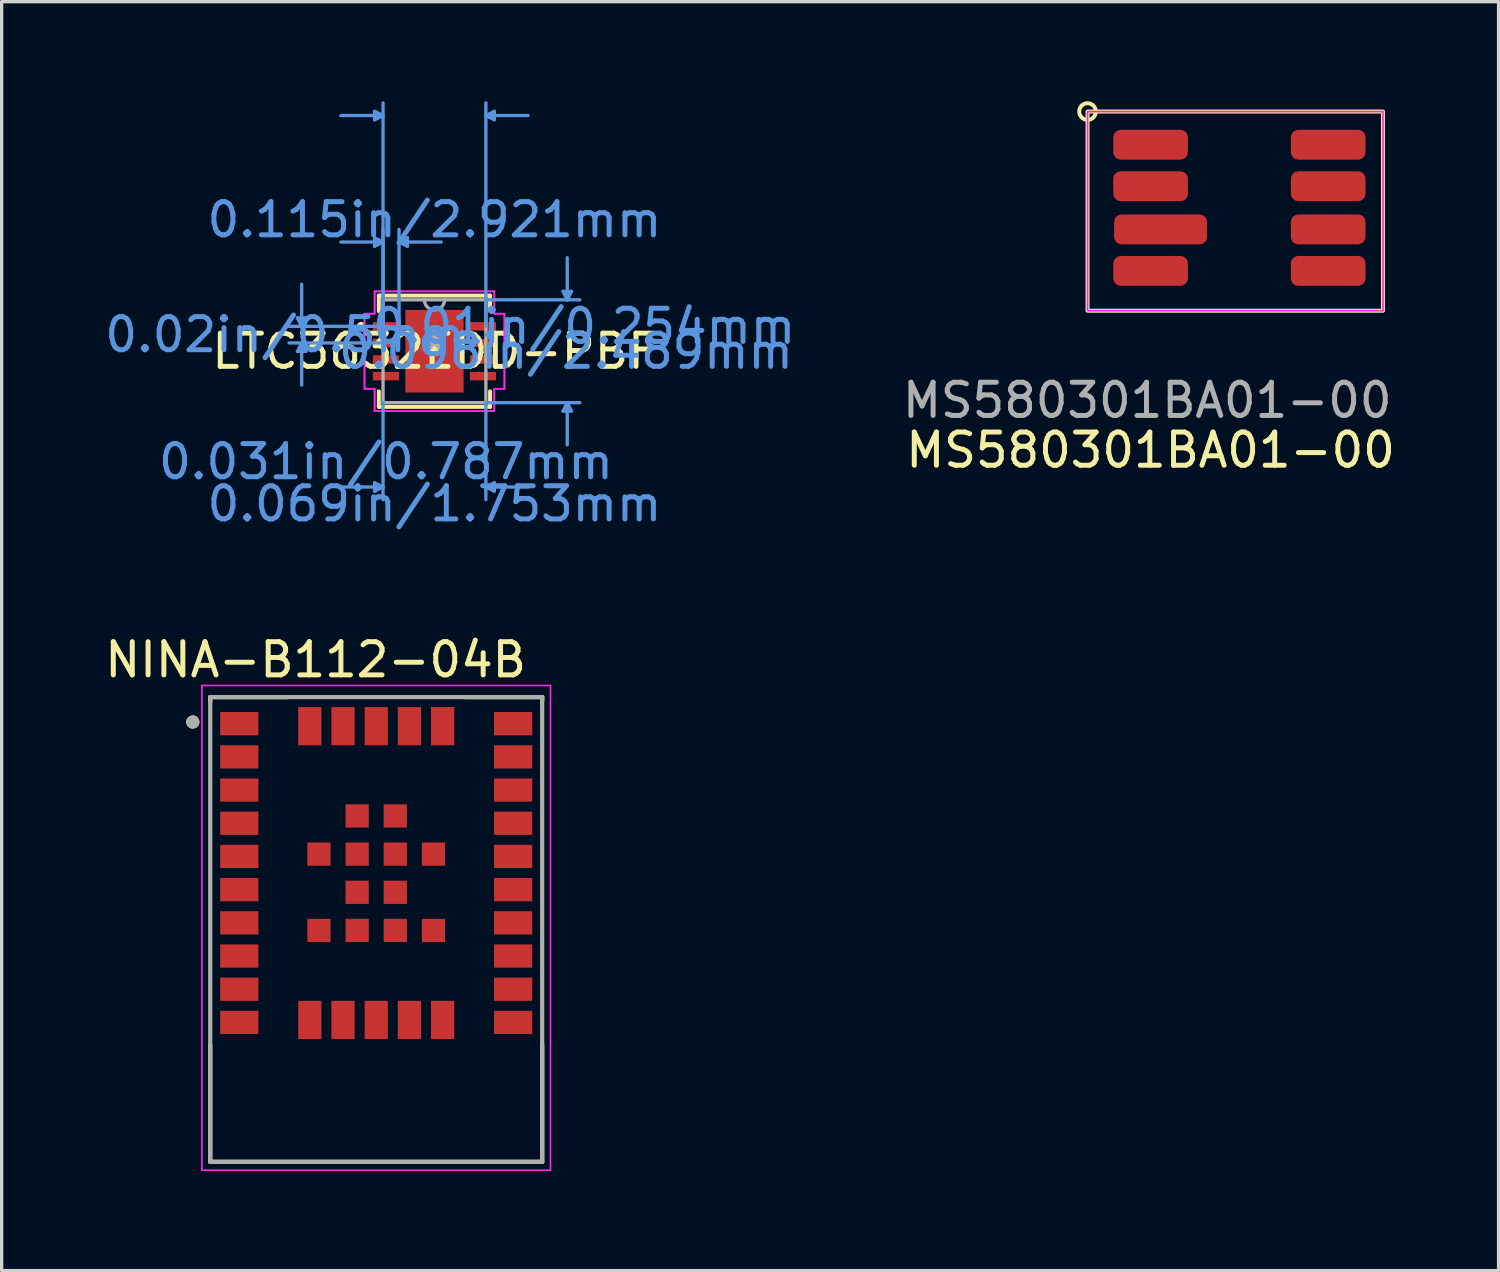
<source format=kicad_pcb>
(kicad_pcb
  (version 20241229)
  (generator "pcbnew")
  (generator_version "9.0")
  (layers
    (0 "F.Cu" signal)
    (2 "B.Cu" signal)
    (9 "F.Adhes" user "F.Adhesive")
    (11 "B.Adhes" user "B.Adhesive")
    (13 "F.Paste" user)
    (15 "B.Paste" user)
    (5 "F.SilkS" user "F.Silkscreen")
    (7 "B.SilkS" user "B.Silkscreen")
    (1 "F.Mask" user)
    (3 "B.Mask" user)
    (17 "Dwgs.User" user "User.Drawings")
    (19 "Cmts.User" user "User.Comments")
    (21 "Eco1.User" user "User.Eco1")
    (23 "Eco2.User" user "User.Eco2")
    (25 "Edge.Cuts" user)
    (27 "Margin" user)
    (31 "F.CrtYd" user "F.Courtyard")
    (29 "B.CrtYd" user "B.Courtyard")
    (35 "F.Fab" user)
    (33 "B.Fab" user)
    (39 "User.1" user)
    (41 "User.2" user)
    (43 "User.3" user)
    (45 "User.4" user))
  (footprint "NINA-B112-04B"
    (layer "F.Cu")
    (at 8.283 24.95)
    (property "Reference" "NINA-B112-04B" (at -1.825 -8.125 0) (layer "F.SilkS") (effects (font (size 1 1) (thickness 0.15))))
    (attr smd)
    (fp_line (start -5 -7) (end -5 -6.87) (stroke (width 0.127) (type solid)) (layer "F.SilkS"))
    (fp_line (start -5 3.47) (end -5 7) (stroke (width 0.127) (type solid)) (layer "F.SilkS"))
    (fp_line (start -5 7) (end 5 7) (stroke (width 0.127) (type solid)) (layer "F.SilkS"))
    (fp_line (start -2.67 -7) (end -5 -7) (stroke (width 0.127) (type solid)) (layer "F.SilkS"))
    (fp_line (start 5 -7) (end 2.67 -7) (stroke (width 0.127) (type solid)) (layer "F.SilkS"))
    (fp_line (start 5 -6.87) (end 5 -7) (stroke (width 0.127) (type solid)) (layer "F.SilkS"))
    (fp_line (start 5 7) (end 5 3.47) (stroke (width 0.127) (type solid)) (layer "F.SilkS"))
    (fp_circle (center -5.525 -6.25) (end -5.425 -6.25) (stroke (width 0.2) (type solid)) (fill no) (layer "F.SilkS"))
    (fp_line (start -5.25 -7.35) (end -5.25 7.25) (stroke (width 0.05) (type solid)) (layer "F.CrtYd"))
    (fp_line (start -5.25 7.25) (end 5.25 7.25) (stroke (width 0.05) (type solid)) (layer "F.CrtYd"))
    (fp_line (start 5.25 -7.35) (end -5.25 -7.35) (stroke (width 0.05) (type solid)) (layer "F.CrtYd"))
    (fp_line (start 5.25 7.25) (end 5.25 -7.35) (stroke (width 0.05) (type solid)) (layer "F.CrtYd"))
    (fp_line (start -5 -7) (end -5 7) (stroke (width 0.127) (type solid)) (layer "F.Fab"))
    (fp_line (start -5 7) (end 5 7) (stroke (width 0.127) (type solid)) (layer "F.Fab"))
    (fp_line (start 5 -7) (end -5 -7) (stroke (width 0.127) (type solid)) (layer "F.Fab"))
    (fp_line (start 5 7) (end 5 -7) (stroke (width 0.127) (type solid)) (layer "F.Fab"))
    (fp_circle (center -5.525 -6.25) (end -5.425 -6.25) (stroke (width 0.2) (type solid)) (fill no) (layer "F.Fab"))
    (pad "1" smd rect (at -4.125 -6.2) (size 1.15 0.7) (layers "F.Cu" "F.Mask" "F.Paste"))
    (pad "2" smd rect (at -4.125 -5.2) (size 1.15 0.7) (layers "F.Cu" "F.Mask" "F.Paste"))
    (pad "3" smd rect (at -4.125 -4.2) (size 1.15 0.7) (layers "F.Cu" "F.Mask" "F.Paste"))
    (pad "4" smd rect (at -4.125 -3.2) (size 1.15 0.7) (layers "F.Cu" "F.Mask" "F.Paste"))
    (pad "5" smd rect (at -4.125 -2.2) (size 1.15 0.7) (layers "F.Cu" "F.Mask" "F.Paste"))
    (pad "6" smd rect (at -4.125 -1.2) (size 1.15 0.7) (layers "F.Cu" "F.Mask" "F.Paste"))
    (pad "7" smd rect (at -4.125 -0.2) (size 1.15 0.7) (layers "F.Cu" "F.Mask" "F.Paste"))
    (pad "8" smd rect (at -4.125 0.8) (size 1.15 0.7) (layers "F.Cu" "F.Mask" "F.Paste"))
    (pad "9" smd rect (at -4.125 1.8) (size 1.15 0.7) (layers "F.Cu" "F.Mask" "F.Paste"))
    (pad "10" smd rect (at -4.125 2.8) (size 1.15 0.7) (layers "F.Cu" "F.Mask" "F.Paste"))
    (pad "11" smd rect (at -2 2.725) (size 0.7 1.15) (layers "F.Cu" "F.Mask" "F.Paste"))
    (pad "12" smd rect (at -1 2.725) (size 0.7 1.15) (layers "F.Cu" "F.Mask" "F.Paste"))
    (pad "13" smd rect (at 0 2.725) (size 0.7 1.15) (layers "F.Cu" "F.Mask" "F.Paste"))
    (pad "14" smd rect (at 1 2.725) (size 0.7 1.15) (layers "F.Cu" "F.Mask" "F.Paste"))
    (pad "15" smd rect (at 2 2.725) (size 0.7 1.15) (layers "F.Cu" "F.Mask" "F.Paste"))
    (pad "16" smd rect (at 4.125 2.8) (size 1.15 0.7) (layers "F.Cu" "F.Mask" "F.Paste"))
    (pad "17" smd rect (at 4.125 1.8) (size 1.15 0.7) (layers "F.Cu" "F.Mask" "F.Paste"))
    (pad "18" smd rect (at 4.125 0.8) (size 1.15 0.7) (layers "F.Cu" "F.Mask" "F.Paste"))
    (pad "19" smd rect (at 4.125 -0.2) (size 1.15 0.7) (layers "F.Cu" "F.Mask" "F.Paste"))
    (pad "20" smd rect (at 4.125 -1.2) (size 1.15 0.7) (layers "F.Cu" "F.Mask" "F.Paste"))
    (pad "21" smd rect (at 4.125 -2.2) (size 1.15 0.7) (layers "F.Cu" "F.Mask" "F.Paste"))
    (pad "22" smd rect (at 4.125 -3.2) (size 1.15 0.7) (layers "F.Cu" "F.Mask" "F.Paste"))
    (pad "23" smd rect (at 4.125 -4.2) (size 1.15 0.7) (layers "F.Cu" "F.Mask" "F.Paste"))
    (pad "24" smd rect (at 4.125 -5.2) (size 1.15 0.7) (layers "F.Cu" "F.Mask" "F.Paste"))
    (pad "25" smd rect (at 4.125 -6.2) (size 1.15 0.7) (layers "F.Cu" "F.Mask" "F.Paste"))
    (pad "26" smd rect (at 2 -6.125) (size 0.7 1.15) (layers "F.Cu" "F.Mask" "F.Paste"))
    (pad "27" smd rect (at 1 -6.125) (size 0.7 1.15) (layers "F.Cu" "F.Mask" "F.Paste"))
    (pad "28" smd rect (at 0 -6.125) (size 0.7 1.15) (layers "F.Cu" "F.Mask" "F.Paste"))
    (pad "29" smd rect (at -1 -6.125) (size 0.7 1.15) (layers "F.Cu" "F.Mask" "F.Paste"))
    (pad "30" smd rect (at -2 -6.125) (size 0.7 1.15) (layers "F.Cu" "F.Mask" "F.Paste"))
    (pad "31" smd rect (at -0.575 -3.42) (size 0.7 0.7) (layers "F.Cu" "F.Mask" "F.Paste"))
    (pad "32" smd rect (at 0.575 -3.42) (size 0.7 0.7) (layers "F.Cu" "F.Mask" "F.Paste"))
    (pad "33" smd rect (at -1.725 -2.27) (size 0.7 0.7) (layers "F.Cu" "F.Mask" "F.Paste"))
    (pad "34" smd rect (at -0.575 -2.27) (size 0.7 0.7) (layers "F.Cu" "F.Mask" "F.Paste"))
    (pad "35" smd rect (at 0.575 -2.27) (size 0.7 0.7) (layers "F.Cu" "F.Mask" "F.Paste"))
    (pad "36" smd rect (at 1.725 -2.27) (size 0.7 0.7) (layers "F.Cu" "F.Mask" "F.Paste"))
    (pad "37" smd rect (at -0.575 -1.12) (size 0.7 0.7) (layers "F.Cu" "F.Mask" "F.Paste"))
    (pad "38" smd rect (at 0.575 -1.12) (size 0.7 0.7) (layers "F.Cu" "F.Mask" "F.Paste"))
    (pad "39" smd rect (at -1.725 0.03) (size 0.7 0.7) (layers "F.Cu" "F.Mask" "F.Paste"))
    (pad "40" smd rect (at -0.575 0.03) (size 0.7 0.7) (layers "F.Cu" "F.Mask" "F.Paste"))
    (pad "41" smd rect (at 0.575 0.03) (size 0.7 0.7) (layers "F.Cu" "F.Mask" "F.Paste"))
    (pad "42" smd rect (at 1.725 0.03) (size 0.7 0.7) (layers "F.Cu" "F.Mask" "F.Paste"))
    (zone (net_name "") (layer "F.Cu") (hatch full 0.508) (connect_pads) (min_thickness 0.01) (filled_areas_thickness no) (keepout (tracks not_allowed) (vias not_allowed) (pads not_allowed) (copperpour not_allowed) (footprints allowed)) (placement (enabled no)) (fill) (polygon (pts (xy 3.283 28.55) (xy 13.283 28.55) (xy 13.283 31.95) (xy 3.283 31.95))))
    (zone (net_name "") (layers "F.Cu" "B.Cu") (hatch full 0.508) (connect_pads) (min_thickness 0.01) (filled_areas_thickness no) (keepout (tracks allowed) (vias not_allowed) (pads allowed) (copperpour allowed) (footprints allowed)) (placement (enabled no)) (fill) (polygon (pts (xy 3.283 28.55) (xy 13.283 28.55) (xy 13.283 31.95) (xy 3.283 31.95))))
    (zone (net_name "") (layer "B.Cu") (hatch full 0.508) (connect_pads) (min_thickness 0.01) (filled_areas_thickness no) (keepout (tracks not_allowed) (vias not_allowed) (pads not_allowed) (copperpour not_allowed) (footprints allowed)) (placement (enabled no)) (fill) (polygon (pts (xy 3.283 28.55) (xy 13.283 28.55) (xy 13.283 31.95) (xy 3.283 31.95)))))
  (footprint "MS580301BA01-00"
    (layer "F.Cu")
    (at 31.611 1.31)
    (property "Reference" "MS580301BA01-00" (at 0 9.2 0) (unlocked yes) (layer "F.SilkS") (effects (font (size 1 1) (thickness 0.15))))
    (attr smd)
    (fp_rect (start -1.9 -1) (end 7 5) (stroke (width 0.12) (type solid)) (fill no) (layer "F.SilkS"))
    (fp_circle (center -1.9 -1) (end -1.65 -1) (stroke (width 0.12) (type solid)) (fill no) (layer "F.SilkS"))
    (fp_rect (start -1.9 -1) (end 7 5) (stroke (width 0.05) (type solid)) (fill no) (layer "F.CrtYd"))
    (fp_text user "${REFERENCE}" (at -0.1 7.7 0) (unlocked yes) (layer "F.Fab") (effects (font (size 1 1) (thickness 0.15))))
    (pad "1" smd roundrect (at 0 0) (size 2.25 0.9) (layers "F.Cu" "F.Mask" "F.Paste") (roundrect_rratio 0.25))
    (pad "2" smd roundrect (at 0 1.25) (size 2.25 0.9) (layers "F.Cu" "F.Mask" "F.Paste") (roundrect_rratio 0.25))
    (pad "3" smd roundrect (at 0.3 2.55) (size 2.8 0.9) (layers "F.Cu" "F.Mask" "F.Paste") (roundrect_rratio 0.25))
    (pad "4" smd roundrect (at 0 3.8) (size 2.25 0.9) (layers "F.Cu" "F.Mask" "F.Paste") (roundrect_rratio 0.25))
    (pad "5" smd roundrect (at 5.35 3.8) (size 2.25 0.9) (layers "F.Cu" "F.Mask" "F.Paste") (roundrect_rratio 0.25))
    (pad "6" smd roundrect (at 5.35 2.55) (size 2.25 0.9) (layers "F.Cu" "F.Mask" "F.Paste") (roundrect_rratio 0.25))
    (pad "7" smd roundrect (at 5.35 1.25) (size 2.25 0.9) (layers "F.Cu" "F.Mask" "F.Paste") (roundrect_rratio 0.25))
    (pad "8" smd roundrect (at 5.35 0) (size 2.25 0.9) (layers "F.Cu" "F.Mask" "F.Paste") (roundrect_rratio 0.25)))
  (footprint "LTC3632EDD-PBF"
    (layer "F.Cu")
    (at 10.038 7.531)
    (property "Reference" "LTC3632EDD-PBF" (at 0 0 0) (layer "F.SilkS") (effects (font (size 1 1) (thickness 0.15))))
    (attr through_hole)
    (fp_line (start -1.676 -1.676) (end -1.676 -1.21) (stroke (width 0.12) (type solid)) (layer "F.SilkS"))
    (fp_line (start -1.676 1.21) (end -1.676 1.676) (stroke (width 0.12) (type solid)) (layer "F.SilkS"))
    (fp_line (start -1.676 1.676) (end 1.676 1.676) (stroke (width 0.12) (type solid)) (layer "F.SilkS"))
    (fp_line (start 1.676 -1.676) (end -1.676 -1.676) (stroke (width 0.12) (type solid)) (layer "F.SilkS"))
    (fp_line (start 1.676 -1.21) (end 1.676 -1.676) (stroke (width 0.12) (type solid)) (layer "F.SilkS"))
    (fp_line (start 1.676 1.676) (end 1.676 1.21) (stroke (width 0.12) (type solid)) (layer "F.SilkS"))
    (fp_arc (start -2.18694 -0.676171) (mid -2.282 -0.75) (end -2.18694 -0.823829) (stroke (width 0.12) (type solid)) (layer "F.SilkS"))
    (fp_line (start -4.128 -1.004) (end -3.873 -1.004) (stroke (width 0.1) (type solid)) (layer "Cmts.User"))
    (fp_line (start -4.128 0.004) (end -3.873 0.004) (stroke (width 0.1) (type solid)) (layer "Cmts.User"))
    (fp_line (start -4 -0.75) (end -4.128 -1.004) (stroke (width 0.1) (type solid)) (layer "Cmts.User"))
    (fp_line (start -4 -0.75) (end -4 -2.02) (stroke (width 0.1) (type solid)) (layer "Cmts.User"))
    (fp_line (start -4 -0.75) (end -3.873 -1.004) (stroke (width 0.1) (type solid)) (layer "Cmts.User"))
    (fp_line (start -4 -0.25) (end -4.128 0.004) (stroke (width 0.1) (type solid)) (layer "Cmts.User"))
    (fp_line (start -4 -0.25) (end -4 1.02) (stroke (width 0.1) (type solid)) (layer "Cmts.User"))
    (fp_line (start -4 -0.25) (end -3.873 0.004) (stroke (width 0.1) (type solid)) (layer "Cmts.User"))
    (fp_line (start -1.803 -7.227) (end -1.803 -6.973) (stroke (width 0.1) (type solid)) (layer "Cmts.User"))
    (fp_line (start -1.803 -3.417) (end -1.803 -3.163) (stroke (width 0.1) (type solid)) (layer "Cmts.User"))
    (fp_line (start -1.803 3.962) (end -1.803 4.216) (stroke (width 0.1) (type solid)) (layer "Cmts.User"))
    (fp_line (start -1.549 -7.1) (end -2.819 -7.1) (stroke (width 0.1) (type solid)) (layer "Cmts.User"))
    (fp_line (start -1.549 -7.1) (end -1.803 -7.227) (stroke (width 0.1) (type solid)) (layer "Cmts.User"))
    (fp_line (start -1.549 -7.1) (end -1.803 -6.973) (stroke (width 0.1) (type solid)) (layer "Cmts.User"))
    (fp_line (start -1.549 -3.29) (end -2.819 -3.29) (stroke (width 0.1) (type solid)) (layer "Cmts.User"))
    (fp_line (start -1.549 -3.29) (end -1.803 -3.417) (stroke (width 0.1) (type solid)) (layer "Cmts.User"))
    (fp_line (start -1.549 -3.29) (end -1.803 -3.163) (stroke (width 0.1) (type solid)) (layer "Cmts.User"))
    (fp_line (start -1.549 -0.75) (end -1.549 -7.481) (stroke (width 0.1) (type solid)) (layer "Cmts.User"))
    (fp_line (start -1.549 -0.75) (end -1.549 -3.671) (stroke (width 0.1) (type solid)) (layer "Cmts.User"))
    (fp_line (start -1.549 1.549) (end -1.549 4.47) (stroke (width 0.1) (type solid)) (layer "Cmts.User"))
    (fp_line (start -1.549 4.089) (end -2.819 4.089) (stroke (width 0.1) (type solid)) (layer "Cmts.User"))
    (fp_line (start -1.549 4.089) (end -1.803 3.962) (stroke (width 0.1) (type solid)) (layer "Cmts.User"))
    (fp_line (start -1.549 4.089) (end -1.803 4.216) (stroke (width 0.1) (type solid)) (layer "Cmts.User"))
    (fp_line (start -1.46 -0.75) (end -4.381 -0.75) (stroke (width 0.1) (type solid)) (layer "Cmts.User"))
    (fp_line (start -1.46 -0.25) (end -4.381 -0.25) (stroke (width 0.1) (type solid)) (layer "Cmts.User"))
    (fp_line (start -1.067 -3.29) (end -0.813 -3.417) (stroke (width 0.1) (type solid)) (layer "Cmts.User"))
    (fp_line (start -1.067 -3.29) (end -0.813 -3.163) (stroke (width 0.1) (type solid)) (layer "Cmts.User"))
    (fp_line (start -1.067 -3.29) (end 0.203 -3.29) (stroke (width 0.1) (type solid)) (layer "Cmts.User"))
    (fp_line (start -1.067 -0.75) (end -1.067 -3.671) (stroke (width 0.1) (type solid)) (layer "Cmts.User"))
    (fp_line (start -0.813 -3.417) (end -0.813 -3.163) (stroke (width 0.1) (type solid)) (layer "Cmts.User"))
    (fp_line (start 1.549 -7.1) (end 1.803 -7.227) (stroke (width 0.1) (type solid)) (layer "Cmts.User"))
    (fp_line (start 1.549 -7.1) (end 1.803 -6.973) (stroke (width 0.1) (type solid)) (layer "Cmts.User"))
    (fp_line (start 1.549 -7.1) (end 2.819 -7.1) (stroke (width 0.1) (type solid)) (layer "Cmts.User"))
    (fp_line (start 1.549 -1.549) (end 4.381 -1.549) (stroke (width 0.1) (type solid)) (layer "Cmts.User"))
    (fp_line (start 1.549 -0.75) (end 1.549 -7.481) (stroke (width 0.1) (type solid)) (layer "Cmts.User"))
    (fp_line (start 1.549 1.549) (end 1.549 4.47) (stroke (width 0.1) (type solid)) (layer "Cmts.User"))
    (fp_line (start 1.549 1.549) (end 4.381 1.549) (stroke (width 0.1) (type solid)) (layer "Cmts.User"))
    (fp_line (start 1.549 4.089) (end 1.803 3.962) (stroke (width 0.1) (type solid)) (layer "Cmts.User"))
    (fp_line (start 1.549 4.089) (end 1.803 4.216) (stroke (width 0.1) (type solid)) (layer "Cmts.User"))
    (fp_line (start 1.549 4.089) (end 2.819 4.089) (stroke (width 0.1) (type solid)) (layer "Cmts.User"))
    (fp_line (start 1.803 -7.227) (end 1.803 -6.973) (stroke (width 0.1) (type solid)) (layer "Cmts.User"))
    (fp_line (start 1.803 3.962) (end 1.803 4.216) (stroke (width 0.1) (type solid)) (layer "Cmts.User"))
    (fp_line (start 3.873 -1.803) (end 4.128 -1.803) (stroke (width 0.1) (type solid)) (layer "Cmts.User"))
    (fp_line (start 3.873 1.803) (end 4.128 1.803) (stroke (width 0.1) (type solid)) (layer "Cmts.User"))
    (fp_line (start 4 -1.549) (end 3.873 -1.803) (stroke (width 0.1) (type solid)) (layer "Cmts.User"))
    (fp_line (start 4 -1.549) (end 4 -2.819) (stroke (width 0.1) (type solid)) (layer "Cmts.User"))
    (fp_line (start 4 -1.549) (end 4.128 -1.803) (stroke (width 0.1) (type solid)) (layer "Cmts.User"))
    (fp_line (start 4 1.549) (end 3.873 1.803) (stroke (width 0.1) (type solid)) (layer "Cmts.User"))
    (fp_line (start 4 1.549) (end 4 2.819) (stroke (width 0.1) (type solid)) (layer "Cmts.User"))
    (fp_line (start 4 1.549) (end 4.128 1.803) (stroke (width 0.1) (type solid)) (layer "Cmts.User"))
    (fp_line (start -2.108 -1.131) (end -1.803 -1.131) (stroke (width 0.05) (type solid)) (layer "F.CrtYd"))
    (fp_line (start -2.108 -1.131) (end -1.803 -1.131) (stroke (width 0.05) (type solid)) (layer "F.CrtYd"))
    (fp_line (start -2.108 1.131) (end -2.108 -1.131) (stroke (width 0.05) (type solid)) (layer "F.CrtYd"))
    (fp_line (start -2.108 1.131) (end -2.108 -1.131) (stroke (width 0.05) (type solid)) (layer "F.CrtYd"))
    (fp_line (start -2.108 1.131) (end -1.803 1.131) (stroke (width 0.05) (type solid)) (layer "F.CrtYd"))
    (fp_line (start -1.803 -1.803) (end 1.803 -1.803) (stroke (width 0.05) (type solid)) (layer "F.CrtYd"))
    (fp_line (start -1.803 -1.803) (end 1.803 -1.803) (stroke (width 0.05) (type solid)) (layer "F.CrtYd"))
    (fp_line (start -1.803 -1.131) (end -1.803 -1.803) (stroke (width 0.05) (type solid)) (layer "F.CrtYd"))
    (fp_line (start -1.803 -1.131) (end -1.803 -1.803) (stroke (width 0.05) (type solid)) (layer "F.CrtYd"))
    (fp_line (start -1.803 1.131) (end -2.108 1.131) (stroke (width 0.05) (type solid)) (layer "F.CrtYd"))
    (fp_line (start -1.803 1.803) (end -1.803 1.131) (stroke (width 0.05) (type solid)) (layer "F.CrtYd"))
    (fp_line (start -1.803 1.803) (end -1.803 1.131) (stroke (width 0.05) (type solid)) (layer "F.CrtYd"))
    (fp_line (start 1.803 -1.803) (end 1.803 -1.131) (stroke (width 0.05) (type solid)) (layer "F.CrtYd"))
    (fp_line (start 1.803 -1.803) (end 1.803 -1.131) (stroke (width 0.05) (type solid)) (layer "F.CrtYd"))
    (fp_line (start 1.803 -1.131) (end 2.108 -1.131) (stroke (width 0.05) (type solid)) (layer "F.CrtYd"))
    (fp_line (start 1.803 1.131) (end 1.803 1.803) (stroke (width 0.05) (type solid)) (layer "F.CrtYd"))
    (fp_line (start 1.803 1.131) (end 1.803 1.803) (stroke (width 0.05) (type solid)) (layer "F.CrtYd"))
    (fp_line (start 1.803 1.803) (end -1.803 1.803) (stroke (width 0.05) (type solid)) (layer "F.CrtYd"))
    (fp_line (start 1.803 1.803) (end -1.803 1.803) (stroke (width 0.05) (type solid)) (layer "F.CrtYd"))
    (fp_line (start 2.108 -1.131) (end 1.803 -1.131) (stroke (width 0.05) (type solid)) (layer "F.CrtYd"))
    (fp_line (start 2.108 -1.131) (end 2.108 1.131) (stroke (width 0.05) (type solid)) (layer "F.CrtYd"))
    (fp_line (start 2.108 -1.131) (end 2.108 1.131) (stroke (width 0.05) (type solid)) (layer "F.CrtYd"))
    (fp_line (start 2.108 1.131) (end 1.803 1.131) (stroke (width 0.05) (type solid)) (layer "F.CrtYd"))
    (fp_line (start 2.108 1.131) (end 1.803 1.131) (stroke (width 0.05) (type solid)) (layer "F.CrtYd"))
    (fp_line (start -1.549 -1.549) (end -1.549 1.549) (stroke (width 0.1) (type solid)) (layer "F.Fab"))
    (fp_line (start -1.549 1.549) (end 1.549 1.549) (stroke (width 0.1) (type solid)) (layer "F.Fab"))
    (fp_line (start 1.549 -1.549) (end -1.549 -1.549) (stroke (width 0.1) (type solid)) (layer "F.Fab"))
    (fp_line (start 1.549 1.549) (end 1.549 -1.549) (stroke (width 0.1) (type solid)) (layer "F.Fab"))
    (fp_arc (start 0.3048 -1.5494) (mid 0 -1.2446) (end -0.3048 -1.5494) (stroke (width 0.1) (type solid)) (layer "F.Fab"))
    (fp_text user "*" (at 0 0 0) (layer "F.SilkS") (effects (font (size 1 1) (thickness 0.15))))
    (fp_text user "0.02in/0.5mm" (at -4.508 -0.5 0) (layer "Cmts.User") (effects (font (size 1 1) (thickness 0.15))))
    (fp_text user "0.098in/2.489mm" (at 3.962 0 0) (layer "Cmts.User") (effects (font (size 1 1) (thickness 0.15))))
    (fp_text user "0.069in/1.753mm" (at 0 4.597 0) (layer "Cmts.User") (effects (font (size 1 1) (thickness 0.15))))
    (fp_text user "0.01in/0.254mm" (at 4.508 -0.75 0) (layer "Cmts.User") (effects (font (size 1 1) (thickness 0.15))))
    (fp_text user "Copyright 2021 Accelerated Designs. All rights reserved." (at 0 0 0) (layer "Cmts.User") (effects (font (size 0.127 0.127) (thickness 0.002))))
    (fp_text user "0.115in/2.921mm" (at 0 -3.962 0) (layer "Cmts.User") (effects (font (size 1 1) (thickness 0.15))))
    (fp_text user "0.031in/0.787mm" (at -1.46 3.327 0) (layer "Cmts.User") (effects (font (size 1 1) (thickness 0.15))))
    (fp_text user "*" (at 0 0 0) (layer "F.Fab") (effects (font (size 1 1) (thickness 0.15))))
    (pad "1" smd rect (at -1.46 -0.75) (size 0.787 0.254) (layers "F.Cu" "F.Mask" "F.Paste"))
    (pad "2" smd rect (at -1.46 -0.25) (size 0.787 0.254) (layers "F.Cu" "F.Mask" "F.Paste"))
    (pad "3" smd rect (at -1.46 0.25) (size 0.787 0.254) (layers "F.Cu" "F.Mask" "F.Paste"))
    (pad "4" smd rect (at -1.46 0.75) (size 0.787 0.254) (layers "F.Cu" "F.Mask" "F.Paste"))
    (pad "5" smd rect (at 1.46 0.75) (size 0.787 0.254) (layers "F.Cu" "F.Mask" "F.Paste"))
    (pad "6" smd rect (at 1.46 0.25) (size 0.787 0.254) (layers "F.Cu" "F.Mask" "F.Paste"))
    (pad "7" smd rect (at 1.46 -0.25) (size 0.787 0.254) (layers "F.Cu" "F.Mask" "F.Paste"))
    (pad "8" smd rect (at 1.46 -0.75) (size 0.787 0.254) (layers "F.Cu" "F.Mask" "F.Paste"))
    (pad "9" smd rect (at 0 0) (size 1.753 2.489) (layers "F.Cu" "F.Mask" "F.Paste")))
  (gr_rect
    (start -3 -3)
    (end 42.093 35.225)
    (stroke (width 0.1) (type default))
    (fill no)
    (layer "Edge.Cuts")))
</source>
